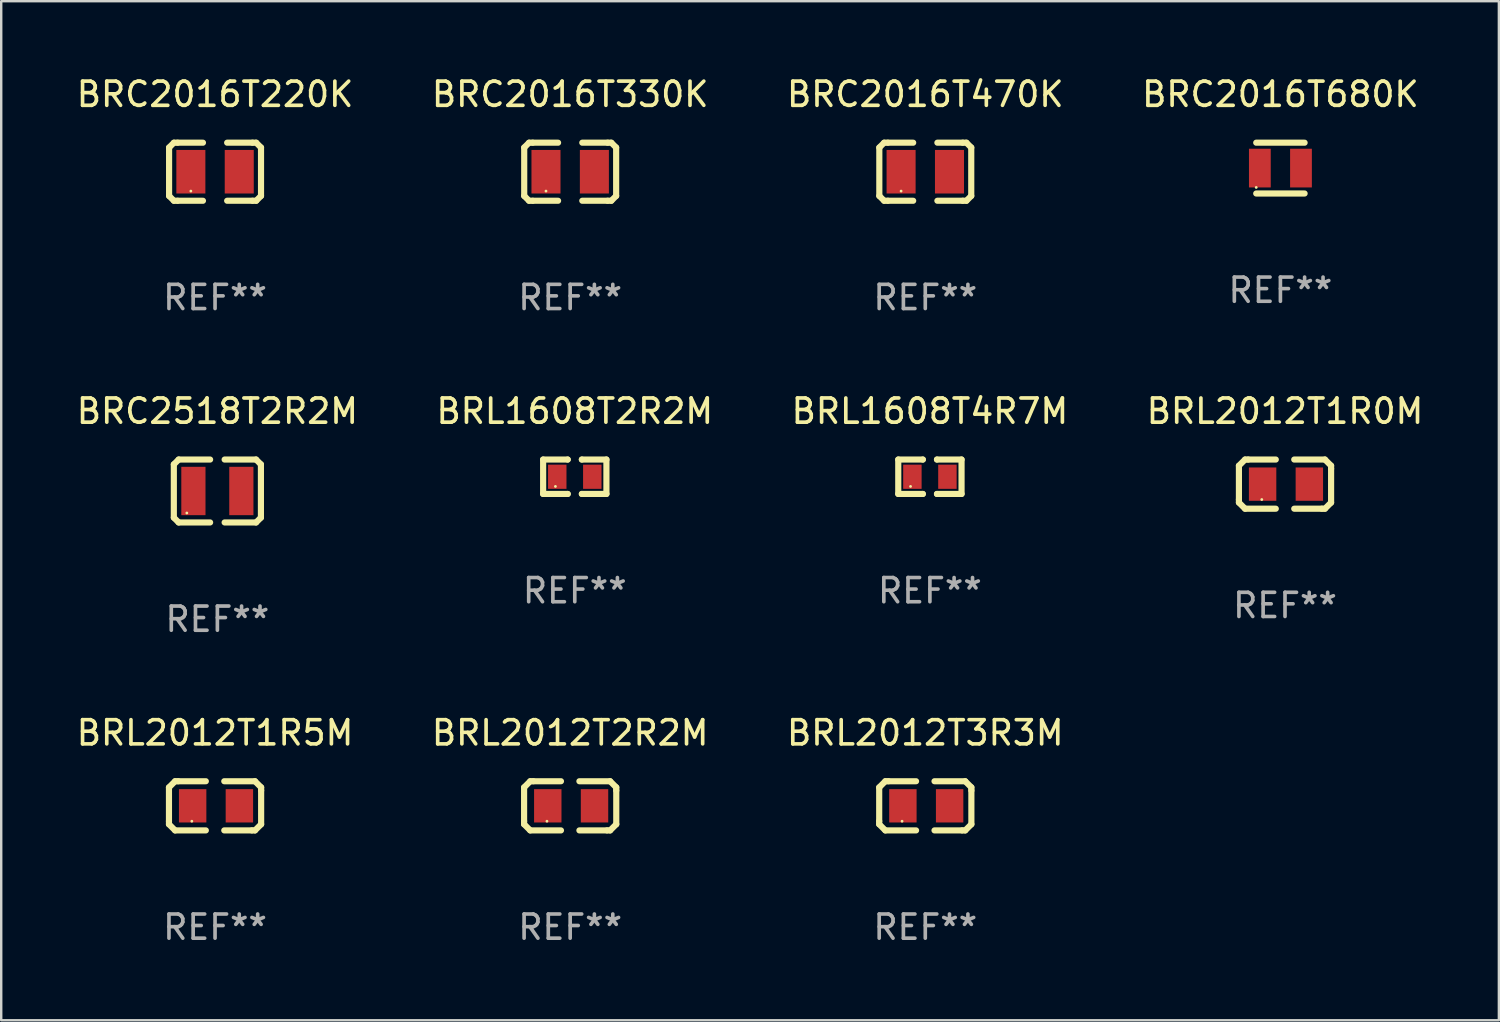
<source format=kicad_pcb>
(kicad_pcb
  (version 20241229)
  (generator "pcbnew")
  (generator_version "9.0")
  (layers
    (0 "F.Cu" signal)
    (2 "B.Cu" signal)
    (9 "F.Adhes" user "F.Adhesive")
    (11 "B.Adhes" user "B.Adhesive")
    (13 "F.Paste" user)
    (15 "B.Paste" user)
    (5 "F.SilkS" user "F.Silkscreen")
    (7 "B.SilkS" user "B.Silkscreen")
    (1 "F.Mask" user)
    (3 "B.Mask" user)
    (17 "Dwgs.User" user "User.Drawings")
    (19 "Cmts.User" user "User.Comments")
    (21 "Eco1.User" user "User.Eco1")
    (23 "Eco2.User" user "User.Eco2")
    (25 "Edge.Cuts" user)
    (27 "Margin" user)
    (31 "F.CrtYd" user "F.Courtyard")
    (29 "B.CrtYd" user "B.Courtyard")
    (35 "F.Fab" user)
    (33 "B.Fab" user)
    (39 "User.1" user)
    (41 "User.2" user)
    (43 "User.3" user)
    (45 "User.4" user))
  (footprint "BRC2518T2R2M"
    (layer "F.Cu")
    (at 5.935 17.245)
    (property "Reference" "BRC2518T2R2M" (at 0 -3.3 0) (layer "F.SilkS") (effects (font (size 1 1) (thickness 0.15))))
    (attr through_hole)
    (fp_line (start -1.8 -1.1) (end -1.8 1.1) (stroke (width 0.254) (type solid)) (layer "F.SilkS"))
    (fp_line (start -1.8 1.1) (end -1.6 1.3) (stroke (width 0.254) (type solid)) (layer "F.SilkS"))
    (fp_line (start -1.6 -1.3) (end -1.8 -1.1) (stroke (width 0.254) (type solid)) (layer "F.SilkS"))
    (fp_line (start -1.6 1.3) (end -0.3 1.3) (stroke (width 0.254) (type solid)) (layer "F.SilkS"))
    (fp_line (start -0.3 -1.3) (end -1.6 -1.3) (stroke (width 0.254) (type solid)) (layer "F.SilkS"))
    (fp_line (start 0.3 1.3) (end 1.6 1.3) (stroke (width 0.254) (type solid)) (layer "F.SilkS"))
    (fp_line (start 1.6 -1.3) (end 0.3 -1.3) (stroke (width 0.254) (type solid)) (layer "F.SilkS"))
    (fp_line (start 1.6 1.3) (end 1.8 1.1) (stroke (width 0.254) (type solid)) (layer "F.SilkS"))
    (fp_line (start 1.8 -1.1) (end 1.6 -1.3) (stroke (width 0.254) (type solid)) (layer "F.SilkS"))
    (fp_line (start 1.8 1.1) (end 1.8 -1.1) (stroke (width 0.254) (type solid)) (layer "F.SilkS"))
    (fp_circle (center -1.262 0.909) (end -1.232 0.909) (stroke (width 0.06) (type solid)) (fill no) (layer "F.SilkS"))
    (fp_text user "REF**" (at 0 5.3 0) (layer "F.Fab") (effects (font (size 1 1) (thickness 0.15))))
    (pad "1" smd rect (at -0.991 -0.00014 90) (size 1.999 1) (layers "F.Cu" "F.Mask" "F.Paste"))
    (pad "2" smd rect (at 0.991 -0.00014 90) (size 1.999 1) (layers "F.Cu" "F.Mask" "F.Paste")))
  (footprint "BRL2012T1R0M"
    (layer "F.Cu")
    (at 50.065 16.961)
    (property "Reference" "BRL2012T1R0M" (at 0 -3.016 0) (layer "F.SilkS") (effects (font (size 1 1) (thickness 0.15))))
    (attr through_hole)
    (fp_line (start -1.905 -0.762) (end -1.905 0.635) (stroke (width 0.254) (type solid)) (layer "F.SilkS"))
    (fp_line (start -1.905 0.635) (end -1.905 0.762) (stroke (width 0.254) (type solid)) (layer "F.SilkS"))
    (fp_line (start -1.905 0.762) (end -1.651 1.016) (stroke (width 0.254) (type solid)) (layer "F.SilkS"))
    (fp_line (start -1.651 -1.016) (end -1.905 -0.762) (stroke (width 0.254) (type solid)) (layer "F.SilkS"))
    (fp_line (start -1.651 1.016) (end -0.381 1.016) (stroke (width 0.254) (type solid)) (layer "F.SilkS"))
    (fp_line (start -1.524 -1.016) (end -1.651 -1.016) (stroke (width 0.254) (type solid)) (layer "F.SilkS"))
    (fp_line (start -0.381 -1.016) (end -1.524 -1.016) (stroke (width 0.254) (type solid)) (layer "F.SilkS"))
    (fp_line (start 0.381 1.016) (end 1.524 1.016) (stroke (width 0.254) (type solid)) (layer "F.SilkS"))
    (fp_line (start 1.524 1.016) (end 1.651 1.016) (stroke (width 0.254) (type solid)) (layer "F.SilkS"))
    (fp_line (start 1.651 -1.016) (end 0.381 -1.016) (stroke (width 0.254) (type solid)) (layer "F.SilkS"))
    (fp_line (start 1.651 1.016) (end 1.905 0.762) (stroke (width 0.254) (type solid)) (layer "F.SilkS"))
    (fp_line (start 1.905 -0.762) (end 1.651 -1.016) (stroke (width 0.254) (type solid)) (layer "F.SilkS"))
    (fp_line (start 1.905 -0.635) (end 1.905 -0.762) (stroke (width 0.254) (type solid)) (layer "F.SilkS"))
    (fp_line (start 1.905 0.762) (end 1.905 -0.635) (stroke (width 0.254) (type solid)) (layer "F.SilkS"))
    (fp_circle (center -0.96 0.637) (end -0.93 0.637) (stroke (width 0.06) (type solid)) (fill no) (layer "F.SilkS"))
    (fp_text user "REF**" (at 0 5.016 0) (layer "F.Fab") (effects (font (size 1 1) (thickness 0.15))))
    (pad "1" smd rect (at -0.926 -0.000051) (size 1.133 1.377) (layers "F.Cu" "F.Mask" "F.Paste"))
    (pad "2" smd rect (at 1.006 -0.000051) (size 1.133 1.377) (layers "F.Cu" "F.Mask" "F.Paste")))
  (footprint "BRC2016T680K"
    (layer "F.Cu")
    (at 49.875 3.898)
    (property "Reference" "BRC2016T680K" (at 0 -3.05 0) (layer "F.SilkS") (effects (font (size 1 1) (thickness 0.15))))
    (attr through_hole)
    (fp_line (start -1 -1.05) (end 1 -1.05) (stroke (width 0.254) (type solid)) (layer "F.SilkS"))
    (fp_line (start -1 1.05) (end 1 1.05) (stroke (width 0.254) (type solid)) (layer "F.SilkS"))
    (fp_circle (center -1 0.8) (end -0.97 0.8) (stroke (width 0.06) (type solid)) (fill no) (layer "F.SilkS"))
    (fp_text user "REF**" (at 0 5.05 0) (layer "F.Fab") (effects (font (size 1 1) (thickness 0.15))))
    (pad "1" smd rect (at -0.85 0) (size 0.9 1.6) (layers "F.Cu" "F.Mask" "F.Paste"))
    (pad "2" smd rect (at 0.85 0) (size 0.9 1.6) (layers "F.Cu" "F.Mask" "F.Paste")))
  (footprint "BRC2016T220K"
    (layer "F.Cu")
    (at 5.839 4.048)
    (property "Reference" "BRC2016T220K" (at 0 -3.2 0) (layer "F.SilkS") (effects (font (size 1 1) (thickness 0.15))))
    (attr through_hole)
    (fp_line (start -1.9 -1) (end -1.9 1) (stroke (width 0.254) (type solid)) (layer "F.SilkS"))
    (fp_line (start -1.7 -1.2) (end -1.9 -1) (stroke (width 0.254) (type solid)) (layer "F.SilkS"))
    (fp_line (start -1.7 1.2) (end -1.9 1) (stroke (width 0.254) (type solid)) (layer "F.SilkS"))
    (fp_line (start -1.55 -1.2) (end -1.7 -1.2) (stroke (width 0.254) (type solid)) (layer "F.SilkS"))
    (fp_line (start -1.55 1.2) (end -1.7 1.2) (stroke (width 0.254) (type solid)) (layer "F.SilkS"))
    (fp_line (start -0.5 -1.2) (end -1.55 -1.2) (stroke (width 0.254) (type solid)) (layer "F.SilkS"))
    (fp_line (start -0.5 1.2) (end -1.55 1.2) (stroke (width 0.254) (type solid)) (layer "F.SilkS"))
    (fp_line (start 0.5 -1.2) (end 1.55 -1.2) (stroke (width 0.254) (type solid)) (layer "F.SilkS"))
    (fp_line (start 0.5 1.2) (end 1.55 1.2) (stroke (width 0.254) (type solid)) (layer "F.SilkS"))
    (fp_line (start 1.55 -1.2) (end 1.7 -1.2) (stroke (width 0.254) (type solid)) (layer "F.SilkS"))
    (fp_line (start 1.55 1.2) (end 1.7 1.2) (stroke (width 0.254) (type solid)) (layer "F.SilkS"))
    (fp_line (start 1.7 -1.2) (end 1.9 -1) (stroke (width 0.254) (type solid)) (layer "F.SilkS"))
    (fp_line (start 1.7 1.2) (end 1.9 1) (stroke (width 0.254) (type solid)) (layer "F.SilkS"))
    (fp_line (start 1.9 -1) (end 1.9 1) (stroke (width 0.254) (type solid)) (layer "F.SilkS"))
    (fp_circle (center -1 0.8) (end -0.97 0.8) (stroke (width 0.06) (type solid)) (fill no) (layer "F.SilkS"))
    (fp_text user "REF**" (at 0 5.2 0) (layer "F.Fab") (effects (font (size 1 1) (thickness 0.15))))
    (pad "1" smd rect (at -1 0) (size 1.2 1.8) (layers "F.Cu" "F.Mask" "F.Paste"))
    (pad "2" smd rect (at 1 0) (size 1.2 1.8) (layers "F.Cu" "F.Mask" "F.Paste")))
  (footprint "BRL1608T2R2M"
    (layer "F.Cu")
    (at 20.708 16.656)
    (property "Reference" "BRL1608T2R2M" (at 0 -2.711 0) (layer "F.SilkS") (effects (font (size 1 1) (thickness 0.15))))
    (attr through_hole)
    (fp_line (start -1.308 -0.711) (end -1.308 0.711) (stroke (width 0.254) (type solid)) (layer "F.SilkS"))
    (fp_line (start -1.308 0.711) (end -0.292 0.711) (stroke (width 0.254) (type solid)) (layer "F.SilkS"))
    (fp_line (start -0.292 -0.711) (end -1.308 -0.711) (stroke (width 0.254) (type solid)) (layer "F.SilkS"))
    (fp_line (start -0.292 -0.711) (end -0.292 -0.711) (stroke (width 0.254) (type solid)) (layer "F.SilkS"))
    (fp_line (start -0.292 0.711) (end -0.292 0.711) (stroke (width 0.254) (type solid)) (layer "F.SilkS"))
    (fp_line (start 0.292 -0.711) (end 0.292 -0.711) (stroke (width 0.254) (type solid)) (layer "F.SilkS"))
    (fp_line (start 0.292 -0.711) (end 1.308 -0.711) (stroke (width 0.254) (type solid)) (layer "F.SilkS"))
    (fp_line (start 0.292 0.711) (end 0.292 0.711) (stroke (width 0.254) (type solid)) (layer "F.SilkS"))
    (fp_line (start 1.308 -0.711) (end 1.308 0.711) (stroke (width 0.254) (type solid)) (layer "F.SilkS"))
    (fp_line (start 1.308 0.711) (end 0.292 0.711) (stroke (width 0.254) (type solid)) (layer "F.SilkS"))
    (fp_circle (center -0.8 0.4) (end -0.77 0.4) (stroke (width 0.06) (type solid)) (fill no) (layer "F.SilkS"))
    (fp_text user "REF**" (at 0 4.711 0) (layer "F.Fab") (effects (font (size 1 1) (thickness 0.15))))
    (pad "1" smd rect (at -0.724 0.000254) (size 0.762 1) (layers "F.Cu" "F.Mask" "F.Paste"))
    (pad "2" smd rect (at 0.724 0.000254) (size 0.762 1) (layers "F.Cu" "F.Mask" "F.Paste")))
  (footprint "BRL2012T3R3M"
    (layer "F.Cu")
    (at 35.196 30.258)
    (property "Reference" "BRL2012T3R3M" (at 0 -3.016 0) (layer "F.SilkS") (effects (font (size 1 1) (thickness 0.15))))
    (attr through_hole)
    (fp_line (start -1.905 -0.762) (end -1.905 0.635) (stroke (width 0.254) (type solid)) (layer "F.SilkS"))
    (fp_line (start -1.905 0.635) (end -1.905 0.762) (stroke (width 0.254) (type solid)) (layer "F.SilkS"))
    (fp_line (start -1.905 0.762) (end -1.651 1.016) (stroke (width 0.254) (type solid)) (layer "F.SilkS"))
    (fp_line (start -1.651 -1.016) (end -1.905 -0.762) (stroke (width 0.254) (type solid)) (layer "F.SilkS"))
    (fp_line (start -1.651 1.016) (end -0.381 1.016) (stroke (width 0.254) (type solid)) (layer "F.SilkS"))
    (fp_line (start -1.524 -1.016) (end -1.651 -1.016) (stroke (width 0.254) (type solid)) (layer "F.SilkS"))
    (fp_line (start -0.381 -1.016) (end -1.524 -1.016) (stroke (width 0.254) (type solid)) (layer "F.SilkS"))
    (fp_line (start 0.381 1.016) (end 1.524 1.016) (stroke (width 0.254) (type solid)) (layer "F.SilkS"))
    (fp_line (start 1.524 1.016) (end 1.651 1.016) (stroke (width 0.254) (type solid)) (layer "F.SilkS"))
    (fp_line (start 1.651 -1.016) (end 0.381 -1.016) (stroke (width 0.254) (type solid)) (layer "F.SilkS"))
    (fp_line (start 1.651 1.016) (end 1.905 0.762) (stroke (width 0.254) (type solid)) (layer "F.SilkS"))
    (fp_line (start 1.905 -0.762) (end 1.651 -1.016) (stroke (width 0.254) (type solid)) (layer "F.SilkS"))
    (fp_line (start 1.905 -0.635) (end 1.905 -0.762) (stroke (width 0.254) (type solid)) (layer "F.SilkS"))
    (fp_line (start 1.905 0.762) (end 1.905 -0.635) (stroke (width 0.254) (type solid)) (layer "F.SilkS"))
    (fp_circle (center -0.96 0.637) (end -0.93 0.637) (stroke (width 0.06) (type solid)) (fill no) (layer "F.SilkS"))
    (fp_text user "REF**" (at 0 5.016 0) (layer "F.Fab") (effects (font (size 1 1) (thickness 0.15))))
    (pad "1" smd rect (at -0.926 -0.000051) (size 1.133 1.377) (layers "F.Cu" "F.Mask" "F.Paste"))
    (pad "2" smd rect (at 1.006 -0.000051) (size 1.133 1.377) (layers "F.Cu" "F.Mask" "F.Paste")))
  (footprint "BRC2016T470K"
    (layer "F.Cu")
    (at 35.196 4.048)
    (property "Reference" "BRC2016T470K" (at 0 -3.2 0) (layer "F.SilkS") (effects (font (size 1 1) (thickness 0.15))))
    (attr through_hole)
    (fp_line (start -1.9 -1) (end -1.9 1) (stroke (width 0.254) (type solid)) (layer "F.SilkS"))
    (fp_line (start -1.7 -1.2) (end -1.9 -1) (stroke (width 0.254) (type solid)) (layer "F.SilkS"))
    (fp_line (start -1.7 1.2) (end -1.9 1) (stroke (width 0.254) (type solid)) (layer "F.SilkS"))
    (fp_line (start -1.55 -1.2) (end -1.7 -1.2) (stroke (width 0.254) (type solid)) (layer "F.SilkS"))
    (fp_line (start -1.55 1.2) (end -1.7 1.2) (stroke (width 0.254) (type solid)) (layer "F.SilkS"))
    (fp_line (start -0.5 -1.2) (end -1.55 -1.2) (stroke (width 0.254) (type solid)) (layer "F.SilkS"))
    (fp_line (start -0.5 1.2) (end -1.55 1.2) (stroke (width 0.254) (type solid)) (layer "F.SilkS"))
    (fp_line (start 0.5 -1.2) (end 1.55 -1.2) (stroke (width 0.254) (type solid)) (layer "F.SilkS"))
    (fp_line (start 0.5 1.2) (end 1.55 1.2) (stroke (width 0.254) (type solid)) (layer "F.SilkS"))
    (fp_line (start 1.55 -1.2) (end 1.7 -1.2) (stroke (width 0.254) (type solid)) (layer "F.SilkS"))
    (fp_line (start 1.55 1.2) (end 1.7 1.2) (stroke (width 0.254) (type solid)) (layer "F.SilkS"))
    (fp_line (start 1.7 -1.2) (end 1.9 -1) (stroke (width 0.254) (type solid)) (layer "F.SilkS"))
    (fp_line (start 1.7 1.2) (end 1.9 1) (stroke (width 0.254) (type solid)) (layer "F.SilkS"))
    (fp_line (start 1.9 -1) (end 1.9 1) (stroke (width 0.254) (type solid)) (layer "F.SilkS"))
    (fp_circle (center -1 0.8) (end -0.97 0.8) (stroke (width 0.06) (type solid)) (fill no) (layer "F.SilkS"))
    (fp_text user "REF**" (at 0 5.2 0) (layer "F.Fab") (effects (font (size 1 1) (thickness 0.15))))
    (pad "1" smd rect (at -1 0) (size 1.2 1.8) (layers "F.Cu" "F.Mask" "F.Paste"))
    (pad "2" smd rect (at 1 0) (size 1.2 1.8) (layers "F.Cu" "F.Mask" "F.Paste")))
  (footprint "BRL2012T1R5M"
    (layer "F.Cu")
    (at 5.839 30.258)
    (property "Reference" "BRL2012T1R5M" (at 0 -3.016 0) (layer "F.SilkS") (effects (font (size 1 1) (thickness 0.15))))
    (attr through_hole)
    (fp_line (start -1.905 -0.762) (end -1.905 0.635) (stroke (width 0.254) (type solid)) (layer "F.SilkS"))
    (fp_line (start -1.905 0.635) (end -1.905 0.762) (stroke (width 0.254) (type solid)) (layer "F.SilkS"))
    (fp_line (start -1.905 0.762) (end -1.651 1.016) (stroke (width 0.254) (type solid)) (layer "F.SilkS"))
    (fp_line (start -1.651 -1.016) (end -1.905 -0.762) (stroke (width 0.254) (type solid)) (layer "F.SilkS"))
    (fp_line (start -1.651 1.016) (end -0.381 1.016) (stroke (width 0.254) (type solid)) (layer "F.SilkS"))
    (fp_line (start -1.524 -1.016) (end -1.651 -1.016) (stroke (width 0.254) (type solid)) (layer "F.SilkS"))
    (fp_line (start -0.381 -1.016) (end -1.524 -1.016) (stroke (width 0.254) (type solid)) (layer "F.SilkS"))
    (fp_line (start 0.381 1.016) (end 1.524 1.016) (stroke (width 0.254) (type solid)) (layer "F.SilkS"))
    (fp_line (start 1.524 1.016) (end 1.651 1.016) (stroke (width 0.254) (type solid)) (layer "F.SilkS"))
    (fp_line (start 1.651 -1.016) (end 0.381 -1.016) (stroke (width 0.254) (type solid)) (layer "F.SilkS"))
    (fp_line (start 1.651 1.016) (end 1.905 0.762) (stroke (width 0.254) (type solid)) (layer "F.SilkS"))
    (fp_line (start 1.905 -0.762) (end 1.651 -1.016) (stroke (width 0.254) (type solid)) (layer "F.SilkS"))
    (fp_line (start 1.905 -0.635) (end 1.905 -0.762) (stroke (width 0.254) (type solid)) (layer "F.SilkS"))
    (fp_line (start 1.905 0.762) (end 1.905 -0.635) (stroke (width 0.254) (type solid)) (layer "F.SilkS"))
    (fp_circle (center -0.96 0.637) (end -0.93 0.637) (stroke (width 0.06) (type solid)) (fill no) (layer "F.SilkS"))
    (fp_text user "REF**" (at 0 5.016 0) (layer "F.Fab") (effects (font (size 1 1) (thickness 0.15))))
    (pad "1" smd rect (at -0.926 -0.000051) (size 1.133 1.377) (layers "F.Cu" "F.Mask" "F.Paste"))
    (pad "2" smd rect (at 1.006 -0.000051) (size 1.133 1.377) (layers "F.Cu" "F.Mask" "F.Paste")))
  (footprint "BRC2016T330K"
    (layer "F.Cu")
    (at 20.518 4.048)
    (property "Reference" "BRC2016T330K" (at 0 -3.2 0) (layer "F.SilkS") (effects (font (size 1 1) (thickness 0.15))))
    (attr through_hole)
    (fp_line (start -1.9 -1) (end -1.9 1) (stroke (width 0.254) (type solid)) (layer "F.SilkS"))
    (fp_line (start -1.7 -1.2) (end -1.9 -1) (stroke (width 0.254) (type solid)) (layer "F.SilkS"))
    (fp_line (start -1.7 1.2) (end -1.9 1) (stroke (width 0.254) (type solid)) (layer "F.SilkS"))
    (fp_line (start -1.55 -1.2) (end -1.7 -1.2) (stroke (width 0.254) (type solid)) (layer "F.SilkS"))
    (fp_line (start -1.55 1.2) (end -1.7 1.2) (stroke (width 0.254) (type solid)) (layer "F.SilkS"))
    (fp_line (start -0.5 -1.2) (end -1.55 -1.2) (stroke (width 0.254) (type solid)) (layer "F.SilkS"))
    (fp_line (start -0.5 1.2) (end -1.55 1.2) (stroke (width 0.254) (type solid)) (layer "F.SilkS"))
    (fp_line (start 0.5 -1.2) (end 1.55 -1.2) (stroke (width 0.254) (type solid)) (layer "F.SilkS"))
    (fp_line (start 0.5 1.2) (end 1.55 1.2) (stroke (width 0.254) (type solid)) (layer "F.SilkS"))
    (fp_line (start 1.55 -1.2) (end 1.7 -1.2) (stroke (width 0.254) (type solid)) (layer "F.SilkS"))
    (fp_line (start 1.55 1.2) (end 1.7 1.2) (stroke (width 0.254) (type solid)) (layer "F.SilkS"))
    (fp_line (start 1.7 -1.2) (end 1.9 -1) (stroke (width 0.254) (type solid)) (layer "F.SilkS"))
    (fp_line (start 1.7 1.2) (end 1.9 1) (stroke (width 0.254) (type solid)) (layer "F.SilkS"))
    (fp_line (start 1.9 -1) (end 1.9 1) (stroke (width 0.254) (type solid)) (layer "F.SilkS"))
    (fp_circle (center -1 0.8) (end -0.97 0.8) (stroke (width 0.06) (type solid)) (fill no) (layer "F.SilkS"))
    (fp_text user "REF**" (at 0 5.2 0) (layer "F.Fab") (effects (font (size 1 1) (thickness 0.15))))
    (pad "1" smd rect (at -1 0) (size 1.2 1.8) (layers "F.Cu" "F.Mask" "F.Paste"))
    (pad "2" smd rect (at 1 0) (size 1.2 1.8) (layers "F.Cu" "F.Mask" "F.Paste")))
  (footprint "BRL1608T4R7M"
    (layer "F.Cu")
    (at 35.387 16.656)
    (property "Reference" "BRL1608T4R7M" (at 0 -2.711 0) (layer "F.SilkS") (effects (font (size 1 1) (thickness 0.15))))
    (attr through_hole)
    (fp_line (start -1.308 -0.711) (end -1.308 0.711) (stroke (width 0.254) (type solid)) (layer "F.SilkS"))
    (fp_line (start -1.308 0.711) (end -0.292 0.711) (stroke (width 0.254) (type solid)) (layer "F.SilkS"))
    (fp_line (start -0.292 -0.711) (end -1.308 -0.711) (stroke (width 0.254) (type solid)) (layer "F.SilkS"))
    (fp_line (start -0.292 -0.711) (end -0.292 -0.711) (stroke (width 0.254) (type solid)) (layer "F.SilkS"))
    (fp_line (start -0.292 0.711) (end -0.292 0.711) (stroke (width 0.254) (type solid)) (layer "F.SilkS"))
    (fp_line (start 0.292 -0.711) (end 0.292 -0.711) (stroke (width 0.254) (type solid)) (layer "F.SilkS"))
    (fp_line (start 0.292 -0.711) (end 1.308 -0.711) (stroke (width 0.254) (type solid)) (layer "F.SilkS"))
    (fp_line (start 0.292 0.711) (end 0.292 0.711) (stroke (width 0.254) (type solid)) (layer "F.SilkS"))
    (fp_line (start 1.308 -0.711) (end 1.308 0.711) (stroke (width 0.254) (type solid)) (layer "F.SilkS"))
    (fp_line (start 1.308 0.711) (end 0.292 0.711) (stroke (width 0.254) (type solid)) (layer "F.SilkS"))
    (fp_circle (center -0.8 0.4) (end -0.77 0.4) (stroke (width 0.06) (type solid)) (fill no) (layer "F.SilkS"))
    (fp_text user "REF**" (at 0 4.711 0) (layer "F.Fab") (effects (font (size 1 1) (thickness 0.15))))
    (pad "1" smd rect (at -0.724 0.000254) (size 0.762 1) (layers "F.Cu" "F.Mask" "F.Paste"))
    (pad "2" smd rect (at 0.724 0.000254) (size 0.762 1) (layers "F.Cu" "F.Mask" "F.Paste")))
  (footprint "BRL2012T2R2M"
    (layer "F.Cu")
    (at 20.518 30.258)
    (property "Reference" "BRL2012T2R2M" (at 0 -3.016 0) (layer "F.SilkS") (effects (font (size 1 1) (thickness 0.15))))
    (attr through_hole)
    (fp_line (start -1.905 -0.762) (end -1.905 0.635) (stroke (width 0.254) (type solid)) (layer "F.SilkS"))
    (fp_line (start -1.905 0.635) (end -1.905 0.762) (stroke (width 0.254) (type solid)) (layer "F.SilkS"))
    (fp_line (start -1.905 0.762) (end -1.651 1.016) (stroke (width 0.254) (type solid)) (layer "F.SilkS"))
    (fp_line (start -1.651 -1.016) (end -1.905 -0.762) (stroke (width 0.254) (type solid)) (layer "F.SilkS"))
    (fp_line (start -1.651 1.016) (end -0.381 1.016) (stroke (width 0.254) (type solid)) (layer "F.SilkS"))
    (fp_line (start -1.524 -1.016) (end -1.651 -1.016) (stroke (width 0.254) (type solid)) (layer "F.SilkS"))
    (fp_line (start -0.381 -1.016) (end -1.524 -1.016) (stroke (width 0.254) (type solid)) (layer "F.SilkS"))
    (fp_line (start 0.381 1.016) (end 1.524 1.016) (stroke (width 0.254) (type solid)) (layer "F.SilkS"))
    (fp_line (start 1.524 1.016) (end 1.651 1.016) (stroke (width 0.254) (type solid)) (layer "F.SilkS"))
    (fp_line (start 1.651 -1.016) (end 0.381 -1.016) (stroke (width 0.254) (type solid)) (layer "F.SilkS"))
    (fp_line (start 1.651 1.016) (end 1.905 0.762) (stroke (width 0.254) (type solid)) (layer "F.SilkS"))
    (fp_line (start 1.905 -0.762) (end 1.651 -1.016) (stroke (width 0.254) (type solid)) (layer "F.SilkS"))
    (fp_line (start 1.905 -0.635) (end 1.905 -0.762) (stroke (width 0.254) (type solid)) (layer "F.SilkS"))
    (fp_line (start 1.905 0.762) (end 1.905 -0.635) (stroke (width 0.254) (type solid)) (layer "F.SilkS"))
    (fp_circle (center -0.96 0.637) (end -0.93 0.637) (stroke (width 0.06) (type solid)) (fill no) (layer "F.SilkS"))
    (fp_text user "REF**" (at 0 5.016 0) (layer "F.Fab") (effects (font (size 1 1) (thickness 0.15))))
    (pad "1" smd rect (at -0.926 -0.000051) (size 1.133 1.377) (layers "F.Cu" "F.Mask" "F.Paste"))
    (pad "2" smd rect (at 1.006 -0.000051) (size 1.133 1.377) (layers "F.Cu" "F.Mask" "F.Paste")))
  (gr_rect
    (start -3 -3)
    (end 58.905 39.122)
    (stroke (width 0.1) (type default))
    (fill no)
    (layer "Edge.Cuts")))
</source>
